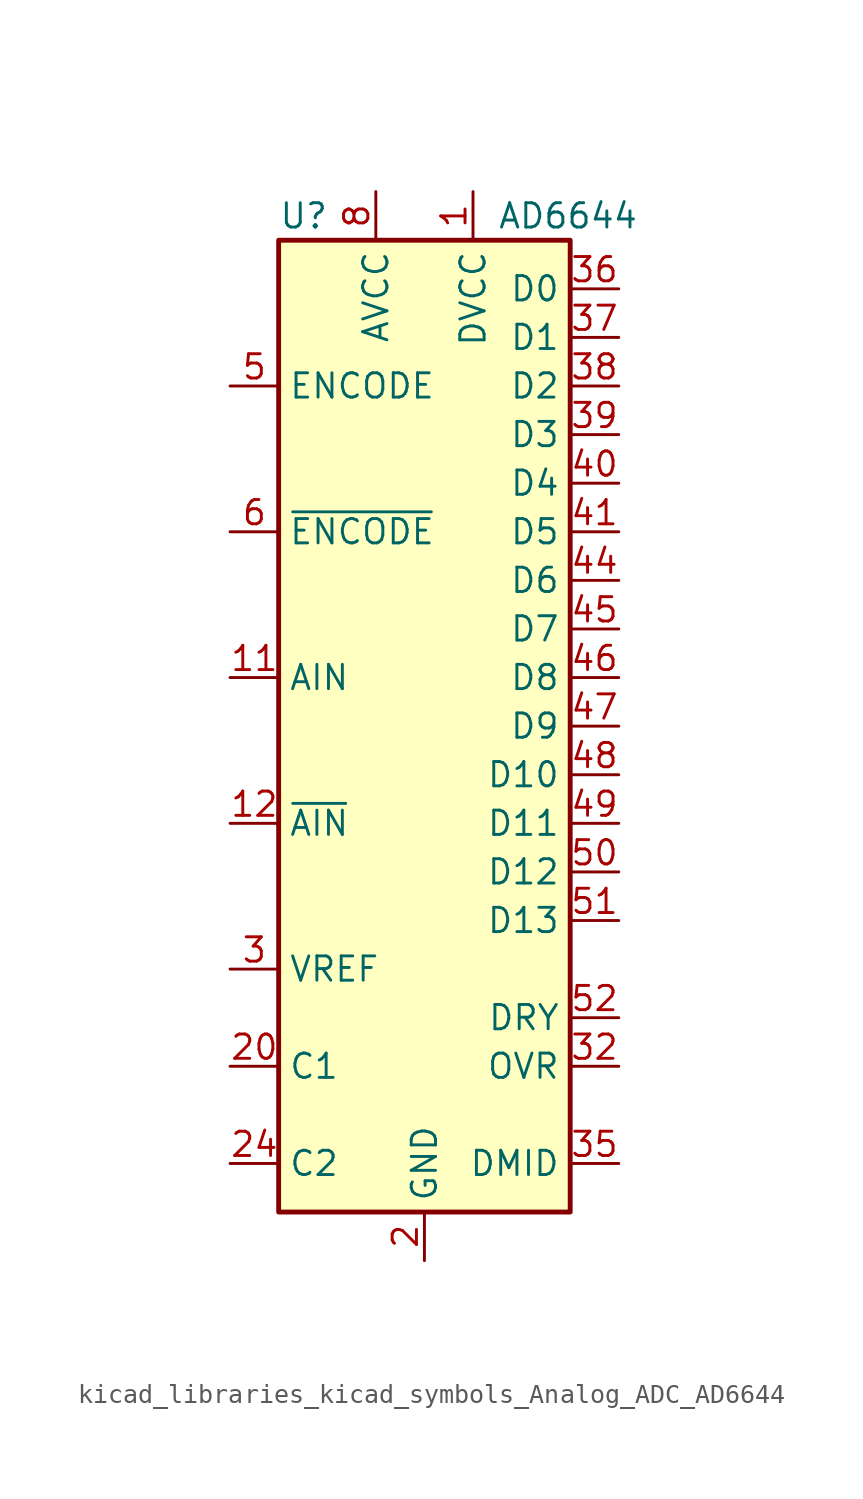
<source format=kicad_sym>
(kicad_symbol_lib
  (version 20220914)
  (generator kicad_symbol_editor)
  (symbol "kicad_libraries_kicad_symbols_Analog_ADC_AD6644"
    (property "Reference" "U"
      (at -7.62 26.67 0)
      (effects (font (size 1.27 1.27)) (justify left)))
    (property "Value" "AD6644"
      (at 3.81 26.67 0)
      (effects (font (size 1.27 1.27)) (justify left)))
    (symbol "kicad_libraries_kicad_symbols_Analog_ADC_AD6644_0_1"
      (rectangle (start -7.62 25.4) (end 7.62 -25.4) (stroke (width 0.254) (type default)) (fill (type background))))
    (symbol "kicad_libraries_kicad_symbols_Analog_ADC_AD6644_1_1"
      (pin power_in line (at 2.54 27.94 270) (length 2.54) (name "DVCC" (effects (font (size 1.27 1.27)))) (number "1" (effects (font (size 1.27 1.27)))))
      (pin passive line (at 0 -27.94 90) (length 2.54) hide (name "GND" (effects (font (size 1.27 1.27)))) (number "10" (effects (font (size 1.27 1.27)))))
      (pin input line (at -10.16 2.54 0) (length 2.54) (name "AIN" (effects (font (size 1.27 1.27)))) (number "11" (effects (font (size 1.27 1.27)))))
      (pin input line (at -10.16 -5.08 0) (length 2.54) (name "~{AIN}" (effects (font (size 1.27 1.27)))) (number "12" (effects (font (size 1.27 1.27)))))
      (pin passive line (at 0 -27.94 90) (length 2.54) hide (name "GND" (effects (font (size 1.27 1.27)))) (number "13" (effects (font (size 1.27 1.27)))))
      (pin passive line (at -2.54 27.94 270) (length 2.54) hide (name "AVCC" (effects (font (size 1.27 1.27)))) (number "14" (effects (font (size 1.27 1.27)))))
      (pin passive line (at 0 -27.94 90) (length 2.54) hide (name "GND" (effects (font (size 1.27 1.27)))) (number "15" (effects (font (size 1.27 1.27)))))
      (pin passive line (at -2.54 27.94 270) (length 2.54) hide (name "AVCC" (effects (font (size 1.27 1.27)))) (number "16" (effects (font (size 1.27 1.27)))))
      (pin passive line (at 0 -27.94 90) (length 2.54) hide (name "GND" (effects (font (size 1.27 1.27)))) (number "17" (effects (font (size 1.27 1.27)))))
      (pin passive line (at -2.54 27.94 270) (length 2.54) hide (name "AVCC" (effects (font (size 1.27 1.27)))) (number "18" (effects (font (size 1.27 1.27)))))
      (pin passive line (at 0 -27.94 90) (length 2.54) hide (name "GND" (effects (font (size 1.27 1.27)))) (number "19" (effects (font (size 1.27 1.27)))))
      (pin power_in line (at 0 -27.94 90) (length 2.54) (name "GND" (effects (font (size 1.27 1.27)))) (number "2" (effects (font (size 1.27 1.27)))))
      (pin passive line (at -10.16 -17.78 0) (length 2.54) (name "C1" (effects (font (size 1.27 1.27)))) (number "20" (effects (font (size 1.27 1.27)))))
      (pin passive line (at 0 -27.94 90) (length 2.54) hide (name "GND" (effects (font (size 1.27 1.27)))) (number "21" (effects (font (size 1.27 1.27)))))
      (pin passive line (at -2.54 27.94 270) (length 2.54) hide (name "AVCC" (effects (font (size 1.27 1.27)))) (number "22" (effects (font (size 1.27 1.27)))))
      (pin passive line (at 0 -27.94 90) (length 2.54) hide (name "GND" (effects (font (size 1.27 1.27)))) (number "23" (effects (font (size 1.27 1.27)))))
      (pin passive line (at -10.16 -22.86 0) (length 2.54) (name "C2" (effects (font (size 1.27 1.27)))) (number "24" (effects (font (size 1.27 1.27)))))
      (pin passive line (at 0 -27.94 90) (length 2.54) hide (name "GND" (effects (font (size 1.27 1.27)))) (number "25" (effects (font (size 1.27 1.27)))))
      (pin passive line (at -2.54 27.94 270) (length 2.54) hide (name "AVCC" (effects (font (size 1.27 1.27)))) (number "26" (effects (font (size 1.27 1.27)))))
      (pin passive line (at 0 -27.94 90) (length 2.54) hide (name "GND" (effects (font (size 1.27 1.27)))) (number "27" (effects (font (size 1.27 1.27)))))
      (pin passive line (at -2.54 27.94 270) (length 2.54) hide (name "AVCC" (effects (font (size 1.27 1.27)))) (number "28" (effects (font (size 1.27 1.27)))))
      (pin passive line (at 0 -27.94 90) (length 2.54) hide (name "GND" (effects (font (size 1.27 1.27)))) (number "29" (effects (font (size 1.27 1.27)))))
      (pin passive line (at -10.16 -12.7 0) (length 2.54) (name "VREF" (effects (font (size 1.27 1.27)))) (number "3" (effects (font (size 1.27 1.27)))))
      (pin passive line (at -2.54 27.94 270) (length 2.54) hide (name "AVCC" (effects (font (size 1.27 1.27)))) (number "30" (effects (font (size 1.27 1.27)))))
      (pin no_connect line (at 7.62 -12.7 180) (length 2.54) hide (name "DNC" (effects (font (size 1.27 1.27)))) (number "31" (effects (font (size 1.27 1.27)))))
      (pin output line (at 10.16 -17.78 180) (length 2.54) (name "OVR" (effects (font (size 1.27 1.27)))) (number "32" (effects (font (size 1.27 1.27)))))
      (pin passive line (at 2.54 27.94 270) (length 2.54) hide (name "DVCC" (effects (font (size 1.27 1.27)))) (number "33" (effects (font (size 1.27 1.27)))))
      (pin passive line (at 0 -27.94 90) (length 2.54) hide (name "GND" (effects (font (size 1.27 1.27)))) (number "34" (effects (font (size 1.27 1.27)))))
      (pin output line (at 10.16 -22.86 180) (length 2.54) (name "DMID" (effects (font (size 1.27 1.27)))) (number "35" (effects (font (size 1.27 1.27)))))
      (pin output line (at 10.16 22.86 180) (length 2.54) (name "D0" (effects (font (size 1.27 1.27)))) (number "36" (effects (font (size 1.27 1.27)))))
      (pin output line (at 10.16 20.32 180) (length 2.54) (name "D1" (effects (font (size 1.27 1.27)))) (number "37" (effects (font (size 1.27 1.27)))))
      (pin output line (at 10.16 17.78 180) (length 2.54) (name "D2" (effects (font (size 1.27 1.27)))) (number "38" (effects (font (size 1.27 1.27)))))
      (pin output line (at 10.16 15.24 180) (length 2.54) (name "D3" (effects (font (size 1.27 1.27)))) (number "39" (effects (font (size 1.27 1.27)))))
      (pin passive line (at 0 -27.94 90) (length 2.54) hide (name "GND" (effects (font (size 1.27 1.27)))) (number "4" (effects (font (size 1.27 1.27)))))
      (pin output line (at 10.16 12.7 180) (length 2.54) (name "D4" (effects (font (size 1.27 1.27)))) (number "40" (effects (font (size 1.27 1.27)))))
      (pin output line (at 10.16 10.16 180) (length 2.54) (name "D5" (effects (font (size 1.27 1.27)))) (number "41" (effects (font (size 1.27 1.27)))))
      (pin passive line (at 0 -27.94 90) (length 2.54) hide (name "GND" (effects (font (size 1.27 1.27)))) (number "42" (effects (font (size 1.27 1.27)))))
      (pin passive line (at 2.54 27.94 270) (length 2.54) hide (name "DVCC" (effects (font (size 1.27 1.27)))) (number "43" (effects (font (size 1.27 1.27)))))
      (pin output line (at 10.16 7.62 180) (length 2.54) (name "D6" (effects (font (size 1.27 1.27)))) (number "44" (effects (font (size 1.27 1.27)))))
      (pin output line (at 10.16 5.08 180) (length 2.54) (name "D7" (effects (font (size 1.27 1.27)))) (number "45" (effects (font (size 1.27 1.27)))))
      (pin output line (at 10.16 2.54 180) (length 2.54) (name "D8" (effects (font (size 1.27 1.27)))) (number "46" (effects (font (size 1.27 1.27)))))
      (pin output line (at 10.16 0 180) (length 2.54) (name "D9" (effects (font (size 1.27 1.27)))) (number "47" (effects (font (size 1.27 1.27)))))
      (pin output line (at 10.16 -2.54 180) (length 2.54) (name "D10" (effects (font (size 1.27 1.27)))) (number "48" (effects (font (size 1.27 1.27)))))
      (pin output line (at 10.16 -5.08 180) (length 2.54) (name "D11" (effects (font (size 1.27 1.27)))) (number "49" (effects (font (size 1.27 1.27)))))
      (pin input line (at -10.16 17.78 0) (length 2.54) (name "ENCODE" (effects (font (size 1.27 1.27)))) (number "5" (effects (font (size 1.27 1.27)))))
      (pin output line (at 10.16 -7.62 180) (length 2.54) (name "D12" (effects (font (size 1.27 1.27)))) (number "50" (effects (font (size 1.27 1.27)))))
      (pin output line (at 10.16 -10.16 180) (length 2.54) (name "D13" (effects (font (size 1.27 1.27)))) (number "51" (effects (font (size 1.27 1.27)))))
      (pin output line (at 10.16 -15.24 180) (length 2.54) (name "DRY" (effects (font (size 1.27 1.27)))) (number "52" (effects (font (size 1.27 1.27)))))
      (pin passive line (at 0 -27.94 90) (length 2.54) hide (name "GND" (effects (font (size 1.27 1.27)))) (number "53" (effects (font (size 1.27 1.27)))))
      (pin input line (at -10.16 10.16 0) (length 2.54) (name "~{ENCODE}" (effects (font (size 1.27 1.27)))) (number "6" (effects (font (size 1.27 1.27)))))
      (pin passive line (at 0 -27.94 90) (length 2.54) hide (name "GND" (effects (font (size 1.27 1.27)))) (number "7" (effects (font (size 1.27 1.27)))))
      (pin power_in line (at -2.54 27.94 270) (length 2.54) (name "AVCC" (effects (font (size 1.27 1.27)))) (number "8" (effects (font (size 1.27 1.27)))))
      (pin passive line (at -2.54 27.94 270) (length 2.54) hide (name "AVCC" (effects (font (size 1.27 1.27)))) (number "9" (effects (font (size 1.27 1.27))))))))
</source>
